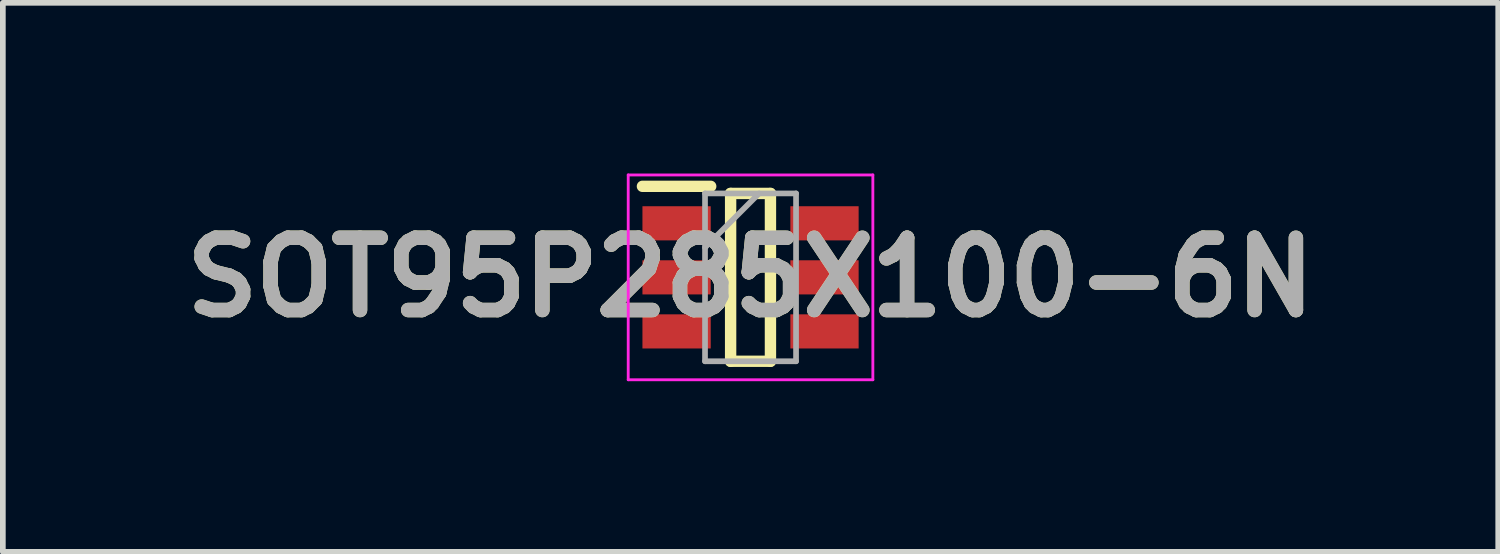
<source format=kicad_pcb>
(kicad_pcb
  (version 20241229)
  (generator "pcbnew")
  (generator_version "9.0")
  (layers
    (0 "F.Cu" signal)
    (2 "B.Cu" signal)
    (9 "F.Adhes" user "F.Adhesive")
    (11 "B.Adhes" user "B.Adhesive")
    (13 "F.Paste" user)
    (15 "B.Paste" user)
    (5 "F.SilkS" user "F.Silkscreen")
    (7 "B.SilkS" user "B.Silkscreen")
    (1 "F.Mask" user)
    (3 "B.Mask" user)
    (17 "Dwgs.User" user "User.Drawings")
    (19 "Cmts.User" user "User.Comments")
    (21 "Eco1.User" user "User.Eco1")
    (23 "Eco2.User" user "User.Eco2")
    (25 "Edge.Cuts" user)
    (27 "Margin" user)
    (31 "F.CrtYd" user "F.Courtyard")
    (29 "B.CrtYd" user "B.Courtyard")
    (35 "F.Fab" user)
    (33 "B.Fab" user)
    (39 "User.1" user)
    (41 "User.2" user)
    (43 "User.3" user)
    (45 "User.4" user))
  (footprint "SOT95P285X100-6N"
    (layer "F.Cu")
    (at 10.142 1.825)
    (property "Reference" "SOT95P285X100-6N" (at 0 0 180) (layer "F.SilkS") (effects (font (size 1.27 1.27) (thickness 0.254))))
    (attr smd)
    (fp_line (start -1.9 -1.6) (end -0.7 -1.6) (stroke (width 0.2) (type solid)) (layer "F.SilkS"))
    (fp_line (start -0.35 -1.475) (end 0.35 -1.475) (stroke (width 0.2) (type solid)) (layer "F.SilkS"))
    (fp_line (start -0.35 1.475) (end -0.35 -1.475) (stroke (width 0.2) (type solid)) (layer "F.SilkS"))
    (fp_line (start 0.35 -1.475) (end 0.35 1.475) (stroke (width 0.2) (type solid)) (layer "F.SilkS"))
    (fp_line (start 0.35 1.475) (end -0.35 1.475) (stroke (width 0.2) (type solid)) (layer "F.SilkS"))
    (fp_line (start -2.15 -1.8) (end 2.15 -1.8) (stroke (width 0.05) (type solid)) (layer "F.CrtYd"))
    (fp_line (start -2.15 1.8) (end -2.15 -1.8) (stroke (width 0.05) (type solid)) (layer "F.CrtYd"))
    (fp_line (start 2.15 -1.8) (end 2.15 1.8) (stroke (width 0.05) (type solid)) (layer "F.CrtYd"))
    (fp_line (start 2.15 1.8) (end -2.15 1.8) (stroke (width 0.05) (type solid)) (layer "F.CrtYd"))
    (fp_line (start -0.8 -1.475) (end 0.8 -1.475) (stroke (width 0.1) (type solid)) (layer "F.Fab"))
    (fp_line (start -0.8 -0.525) (end 0.15 -1.475) (stroke (width 0.1) (type solid)) (layer "F.Fab"))
    (fp_line (start -0.8 1.475) (end -0.8 -1.475) (stroke (width 0.1) (type solid)) (layer "F.Fab"))
    (fp_line (start 0.8 -1.475) (end 0.8 1.475) (stroke (width 0.1) (type solid)) (layer "F.Fab"))
    (fp_line (start 0.8 1.475) (end -0.8 1.475) (stroke (width 0.1) (type solid)) (layer "F.Fab"))
    (fp_text user "${REFERENCE}" (at 0 0 180) (layer "F.Fab") (effects (font (size 1.27 1.27) (thickness 0.254))))
    (pad "1" smd rect (at -1.3 -0.95 90) (size 0.6 1.2) (layers "F.Cu" "F.Mask" "F.Paste"))
    (pad "2" smd rect (at -1.3 0 90) (size 0.6 1.2) (layers "F.Cu" "F.Mask" "F.Paste"))
    (pad "3" smd rect (at -1.3 0.95 90) (size 0.6 1.2) (layers "F.Cu" "F.Mask" "F.Paste"))
    (pad "4" smd rect (at 1.3 0.95 90) (size 0.6 1.2) (layers "F.Cu" "F.Mask" "F.Paste"))
    (pad "5" smd rect (at 1.3 0 90) (size 0.6 1.2) (layers "F.Cu" "F.Mask" "F.Paste"))
    (pad "6" smd rect (at 1.3 -0.95 90) (size 0.6 1.2) (layers "F.Cu" "F.Mask" "F.Paste")))
  (gr_rect
    (start -3 -3)
    (end 23.284 6.65)
    (stroke (width 0.1) (type default))
    (fill no)
    (layer "Edge.Cuts")))
</source>
